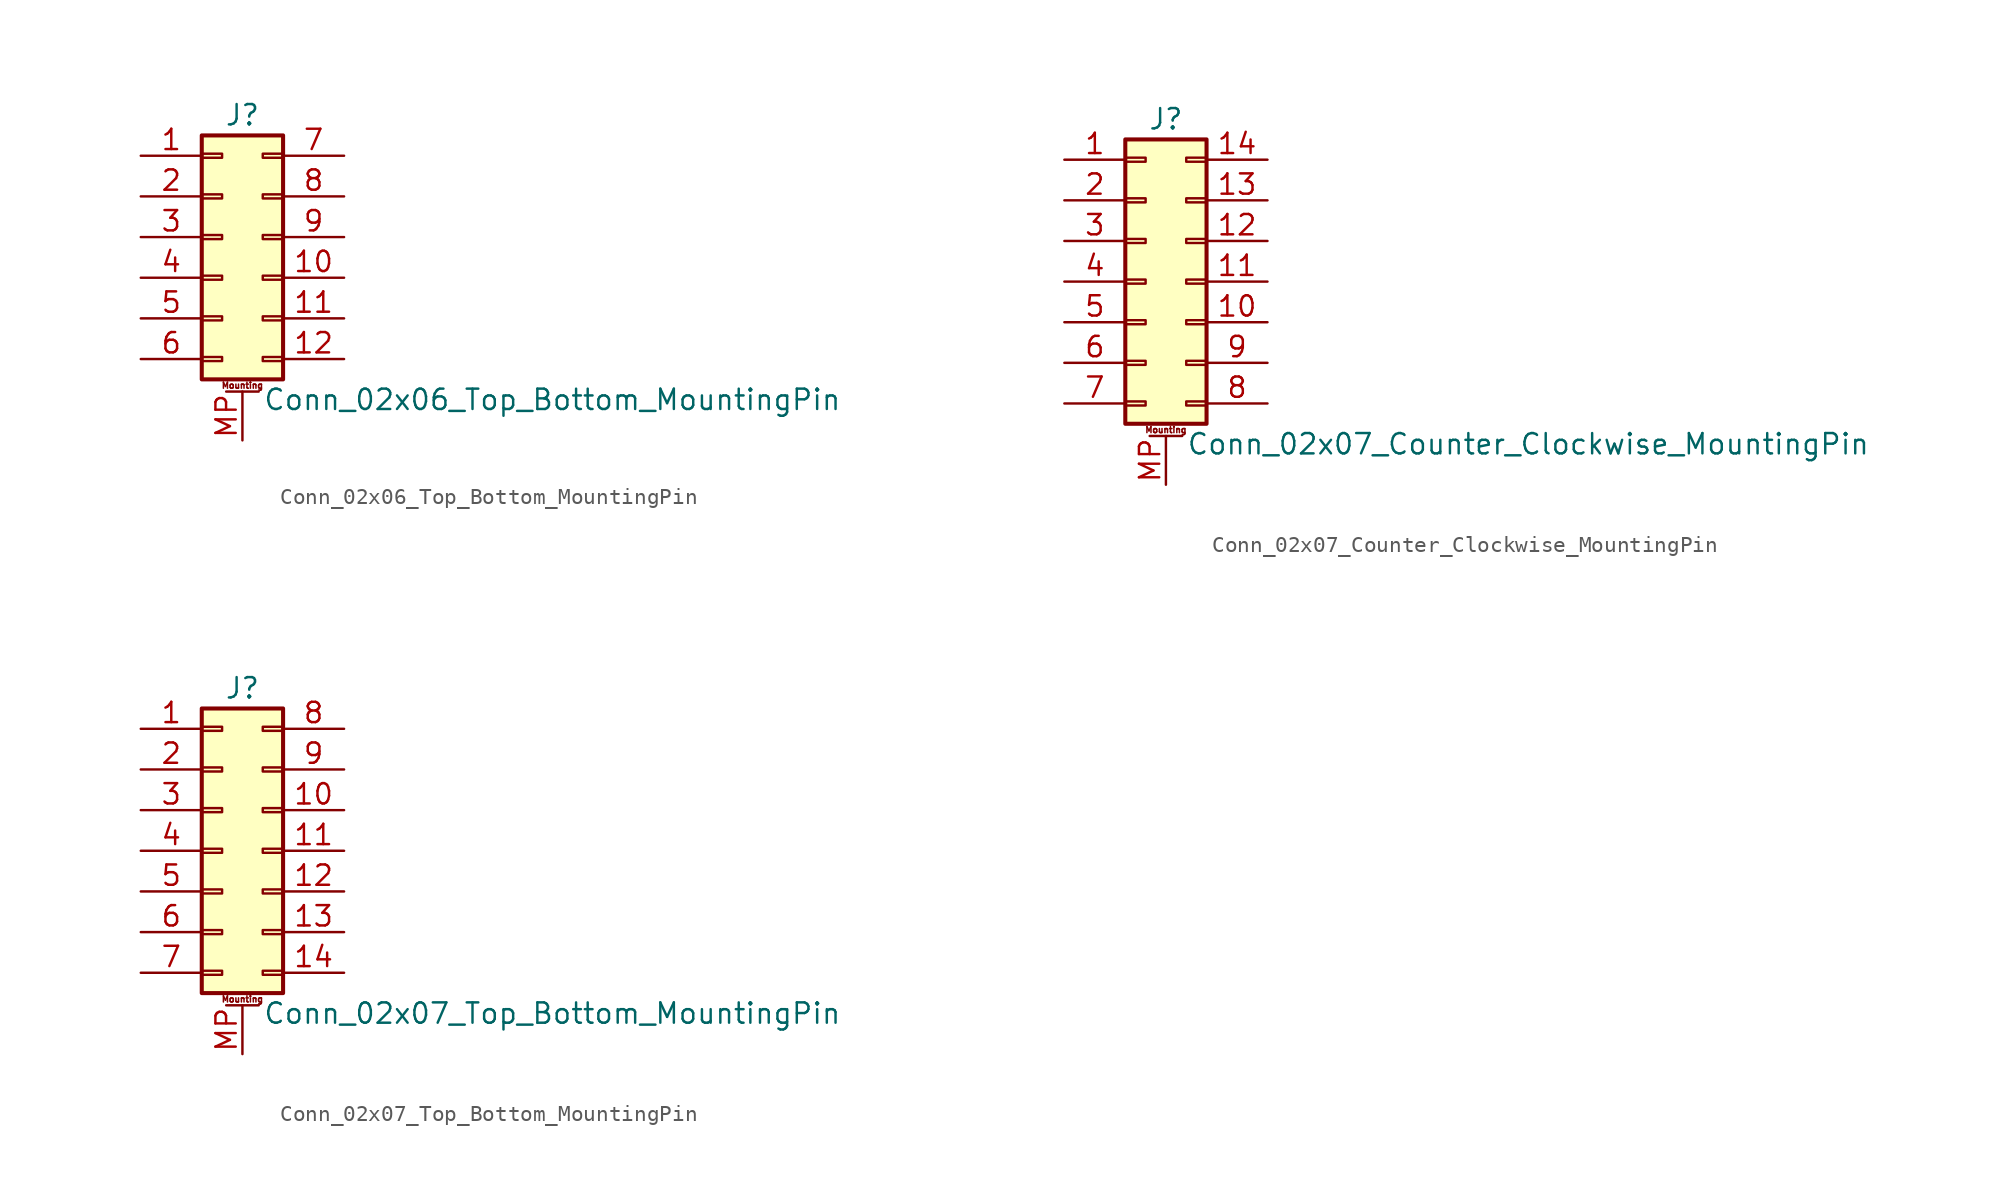
<source format=kicad_sym>
(kicad_symbol_lib
  (version 20220914)
  (generator kicad_symbol_editor)
  (symbol "Conn_02x06_Top_Bottom_MountingPin"
    (pin_names
      (offset 1.016) hide)
    (property "Reference" "J"
      (at 1.27 7.62 0)
      (effects (font (size 1.27 1.27))))
    (property "Value" "Conn_02x06_Top_Bottom_MountingPin"
      (at 2.54 -10.16 0)
      (effects (font (size 1.27 1.27)) (justify left)))
    (symbol "Conn_02x06_Top_Bottom_MountingPin_1_1"
      (rectangle (start -1.27 -7.493) (end 0 -7.747) (stroke (width 0.152) (type default)) (fill (type none)))
      (rectangle (start -1.27 -4.953) (end 0 -5.207) (stroke (width 0.152) (type default)) (fill (type none)))
      (rectangle (start -1.27 -2.413) (end 0 -2.667) (stroke (width 0.152) (type default)) (fill (type none)))
      (rectangle (start -1.27 0.127) (end 0 -0.127) (stroke (width 0.152) (type default)) (fill (type none)))
      (rectangle (start -1.27 2.667) (end 0 2.413) (stroke (width 0.152) (type default)) (fill (type none)))
      (rectangle (start -1.27 5.207) (end 0 4.953) (stroke (width 0.152) (type default)) (fill (type none)))
      (rectangle (start -1.27 6.35) (end 3.81 -8.89) (stroke (width 0.254) (type default)) (fill (type background)))
      (polyline (pts (xy 0.254 -9.652) (xy 2.286 -9.652)) (stroke (width 0.152) (type default)) (fill (type none)))
      (rectangle (start 3.81 -7.493) (end 2.54 -7.747) (stroke (width 0.152) (type default)) (fill (type none)))
      (rectangle (start 3.81 -4.953) (end 2.54 -5.207) (stroke (width 0.152) (type default)) (fill (type none)))
      (rectangle (start 3.81 -2.413) (end 2.54 -2.667) (stroke (width 0.152) (type default)) (fill (type none)))
      (rectangle (start 3.81 0.127) (end 2.54 -0.127) (stroke (width 0.152) (type default)) (fill (type none)))
      (rectangle (start 3.81 2.667) (end 2.54 2.413) (stroke (width 0.152) (type default)) (fill (type none)))
      (rectangle (start 3.81 5.207) (end 2.54 4.953) (stroke (width 0.152) (type default)) (fill (type none)))
      (text "Mounting" (at 1.27 -9.271 0) (effects (font (size 0.381 0.381))))
      (pin passive line (at -5.08 5.08 0) (length 3.81) (name "Pin_1" (effects (font (size 1.27 1.27)))) (number "1" (effects (font (size 1.27 1.27)))))
      (pin passive line (at 7.62 -2.54 180) (length 3.81) (name "Pin_10" (effects (font (size 1.27 1.27)))) (number "10" (effects (font (size 1.27 1.27)))))
      (pin passive line (at 7.62 -5.08 180) (length 3.81) (name "Pin_11" (effects (font (size 1.27 1.27)))) (number "11" (effects (font (size 1.27 1.27)))))
      (pin passive line (at 7.62 -7.62 180) (length 3.81) (name "Pin_12" (effects (font (size 1.27 1.27)))) (number "12" (effects (font (size 1.27 1.27)))))
      (pin passive line (at -5.08 2.54 0) (length 3.81) (name "Pin_2" (effects (font (size 1.27 1.27)))) (number "2" (effects (font (size 1.27 1.27)))))
      (pin passive line (at -5.08 0 0) (length 3.81) (name "Pin_3" (effects (font (size 1.27 1.27)))) (number "3" (effects (font (size 1.27 1.27)))))
      (pin passive line (at -5.08 -2.54 0) (length 3.81) (name "Pin_4" (effects (font (size 1.27 1.27)))) (number "4" (effects (font (size 1.27 1.27)))))
      (pin passive line (at -5.08 -5.08 0) (length 3.81) (name "Pin_5" (effects (font (size 1.27 1.27)))) (number "5" (effects (font (size 1.27 1.27)))))
      (pin passive line (at -5.08 -7.62 0) (length 3.81) (name "Pin_6" (effects (font (size 1.27 1.27)))) (number "6" (effects (font (size 1.27 1.27)))))
      (pin passive line (at 7.62 5.08 180) (length 3.81) (name "Pin_7" (effects (font (size 1.27 1.27)))) (number "7" (effects (font (size 1.27 1.27)))))
      (pin passive line (at 7.62 2.54 180) (length 3.81) (name "Pin_8" (effects (font (size 1.27 1.27)))) (number "8" (effects (font (size 1.27 1.27)))))
      (pin passive line (at 7.62 0 180) (length 3.81) (name "Pin_9" (effects (font (size 1.27 1.27)))) (number "9" (effects (font (size 1.27 1.27)))))
      (pin passive line (at 1.27 -12.7 90) (length 3.048) (name "MountPin" (effects (font (size 1.27 1.27)))) (number "MP" (effects (font (size 1.27 1.27)))))))
  (symbol "Conn_02x07_Counter_Clockwise_MountingPin"
    (pin_names
      (offset 1.016) hide)
    (property "Reference" "J"
      (at 1.27 10.16 0)
      (effects (font (size 1.27 1.27))))
    (property "Value" "Conn_02x07_Counter_Clockwise_MountingPin"
      (at 2.54 -10.16 0)
      (effects (font (size 1.27 1.27)) (justify left)))
    (symbol "Conn_02x07_Counter_Clockwise_MountingPin_1_1"
      (rectangle (start -1.27 -7.493) (end 0 -7.747) (stroke (width 0.152) (type default)) (fill (type none)))
      (rectangle (start -1.27 -4.953) (end 0 -5.207) (stroke (width 0.152) (type default)) (fill (type none)))
      (rectangle (start -1.27 -2.413) (end 0 -2.667) (stroke (width 0.152) (type default)) (fill (type none)))
      (rectangle (start -1.27 0.127) (end 0 -0.127) (stroke (width 0.152) (type default)) (fill (type none)))
      (rectangle (start -1.27 2.667) (end 0 2.413) (stroke (width 0.152) (type default)) (fill (type none)))
      (rectangle (start -1.27 5.207) (end 0 4.953) (stroke (width 0.152) (type default)) (fill (type none)))
      (rectangle (start -1.27 7.747) (end 0 7.493) (stroke (width 0.152) (type default)) (fill (type none)))
      (rectangle (start -1.27 8.89) (end 3.81 -8.89) (stroke (width 0.254) (type default)) (fill (type background)))
      (polyline (pts (xy 0.254 -9.652) (xy 2.286 -9.652)) (stroke (width 0.152) (type default)) (fill (type none)))
      (rectangle (start 3.81 -7.493) (end 2.54 -7.747) (stroke (width 0.152) (type default)) (fill (type none)))
      (rectangle (start 3.81 -4.953) (end 2.54 -5.207) (stroke (width 0.152) (type default)) (fill (type none)))
      (rectangle (start 3.81 -2.413) (end 2.54 -2.667) (stroke (width 0.152) (type default)) (fill (type none)))
      (rectangle (start 3.81 0.127) (end 2.54 -0.127) (stroke (width 0.152) (type default)) (fill (type none)))
      (rectangle (start 3.81 2.667) (end 2.54 2.413) (stroke (width 0.152) (type default)) (fill (type none)))
      (rectangle (start 3.81 5.207) (end 2.54 4.953) (stroke (width 0.152) (type default)) (fill (type none)))
      (rectangle (start 3.81 7.747) (end 2.54 7.493) (stroke (width 0.152) (type default)) (fill (type none)))
      (text "Mounting" (at 1.27 -9.271 0) (effects (font (size 0.381 0.381))))
      (pin passive line (at -5.08 7.62 0) (length 3.81) (name "Pin_1" (effects (font (size 1.27 1.27)))) (number "1" (effects (font (size 1.27 1.27)))))
      (pin passive line (at 7.62 -2.54 180) (length 3.81) (name "Pin_10" (effects (font (size 1.27 1.27)))) (number "10" (effects (font (size 1.27 1.27)))))
      (pin passive line (at 7.62 0 180) (length 3.81) (name "Pin_11" (effects (font (size 1.27 1.27)))) (number "11" (effects (font (size 1.27 1.27)))))
      (pin passive line (at 7.62 2.54 180) (length 3.81) (name "Pin_12" (effects (font (size 1.27 1.27)))) (number "12" (effects (font (size 1.27 1.27)))))
      (pin passive line (at 7.62 5.08 180) (length 3.81) (name "Pin_13" (effects (font (size 1.27 1.27)))) (number "13" (effects (font (size 1.27 1.27)))))
      (pin passive line (at 7.62 7.62 180) (length 3.81) (name "Pin_14" (effects (font (size 1.27 1.27)))) (number "14" (effects (font (size 1.27 1.27)))))
      (pin passive line (at -5.08 5.08 0) (length 3.81) (name "Pin_2" (effects (font (size 1.27 1.27)))) (number "2" (effects (font (size 1.27 1.27)))))
      (pin passive line (at -5.08 2.54 0) (length 3.81) (name "Pin_3" (effects (font (size 1.27 1.27)))) (number "3" (effects (font (size 1.27 1.27)))))
      (pin passive line (at -5.08 0 0) (length 3.81) (name "Pin_4" (effects (font (size 1.27 1.27)))) (number "4" (effects (font (size 1.27 1.27)))))
      (pin passive line (at -5.08 -2.54 0) (length 3.81) (name "Pin_5" (effects (font (size 1.27 1.27)))) (number "5" (effects (font (size 1.27 1.27)))))
      (pin passive line (at -5.08 -5.08 0) (length 3.81) (name "Pin_6" (effects (font (size 1.27 1.27)))) (number "6" (effects (font (size 1.27 1.27)))))
      (pin passive line (at -5.08 -7.62 0) (length 3.81) (name "Pin_7" (effects (font (size 1.27 1.27)))) (number "7" (effects (font (size 1.27 1.27)))))
      (pin passive line (at 7.62 -7.62 180) (length 3.81) (name "Pin_8" (effects (font (size 1.27 1.27)))) (number "8" (effects (font (size 1.27 1.27)))))
      (pin passive line (at 7.62 -5.08 180) (length 3.81) (name "Pin_9" (effects (font (size 1.27 1.27)))) (number "9" (effects (font (size 1.27 1.27)))))
      (pin passive line (at 1.27 -12.7 90) (length 3.048) (name "MountPin" (effects (font (size 1.27 1.27)))) (number "MP" (effects (font (size 1.27 1.27)))))))
  (symbol "Conn_02x07_Top_Bottom_MountingPin"
    (pin_names
      (offset 1.016) hide)
    (property "Reference" "J"
      (at 1.27 10.16 0)
      (effects (font (size 1.27 1.27))))
    (property "Value" "Conn_02x07_Top_Bottom_MountingPin"
      (at 2.54 -10.16 0)
      (effects (font (size 1.27 1.27)) (justify left)))
    (symbol "Conn_02x07_Top_Bottom_MountingPin_1_1"
      (rectangle (start -1.27 -7.493) (end 0 -7.747) (stroke (width 0.152) (type default)) (fill (type none)))
      (rectangle (start -1.27 -4.953) (end 0 -5.207) (stroke (width 0.152) (type default)) (fill (type none)))
      (rectangle (start -1.27 -2.413) (end 0 -2.667) (stroke (width 0.152) (type default)) (fill (type none)))
      (rectangle (start -1.27 0.127) (end 0 -0.127) (stroke (width 0.152) (type default)) (fill (type none)))
      (rectangle (start -1.27 2.667) (end 0 2.413) (stroke (width 0.152) (type default)) (fill (type none)))
      (rectangle (start -1.27 5.207) (end 0 4.953) (stroke (width 0.152) (type default)) (fill (type none)))
      (rectangle (start -1.27 7.747) (end 0 7.493) (stroke (width 0.152) (type default)) (fill (type none)))
      (rectangle (start -1.27 8.89) (end 3.81 -8.89) (stroke (width 0.254) (type default)) (fill (type background)))
      (polyline (pts (xy 0.254 -9.652) (xy 2.286 -9.652)) (stroke (width 0.152) (type default)) (fill (type none)))
      (rectangle (start 3.81 -7.493) (end 2.54 -7.747) (stroke (width 0.152) (type default)) (fill (type none)))
      (rectangle (start 3.81 -4.953) (end 2.54 -5.207) (stroke (width 0.152) (type default)) (fill (type none)))
      (rectangle (start 3.81 -2.413) (end 2.54 -2.667) (stroke (width 0.152) (type default)) (fill (type none)))
      (rectangle (start 3.81 0.127) (end 2.54 -0.127) (stroke (width 0.152) (type default)) (fill (type none)))
      (rectangle (start 3.81 2.667) (end 2.54 2.413) (stroke (width 0.152) (type default)) (fill (type none)))
      (rectangle (start 3.81 5.207) (end 2.54 4.953) (stroke (width 0.152) (type default)) (fill (type none)))
      (rectangle (start 3.81 7.747) (end 2.54 7.493) (stroke (width 0.152) (type default)) (fill (type none)))
      (text "Mounting" (at 1.27 -9.271 0) (effects (font (size 0.381 0.381))))
      (pin passive line (at -5.08 7.62 0) (length 3.81) (name "Pin_1" (effects (font (size 1.27 1.27)))) (number "1" (effects (font (size 1.27 1.27)))))
      (pin passive line (at 7.62 2.54 180) (length 3.81) (name "Pin_10" (effects (font (size 1.27 1.27)))) (number "10" (effects (font (size 1.27 1.27)))))
      (pin passive line (at 7.62 0 180) (length 3.81) (name "Pin_11" (effects (font (size 1.27 1.27)))) (number "11" (effects (font (size 1.27 1.27)))))
      (pin passive line (at 7.62 -2.54 180) (length 3.81) (name "Pin_12" (effects (font (size 1.27 1.27)))) (number "12" (effects (font (size 1.27 1.27)))))
      (pin passive line (at 7.62 -5.08 180) (length 3.81) (name "Pin_13" (effects (font (size 1.27 1.27)))) (number "13" (effects (font (size 1.27 1.27)))))
      (pin passive line (at 7.62 -7.62 180) (length 3.81) (name "Pin_14" (effects (font (size 1.27 1.27)))) (number "14" (effects (font (size 1.27 1.27)))))
      (pin passive line (at -5.08 5.08 0) (length 3.81) (name "Pin_2" (effects (font (size 1.27 1.27)))) (number "2" (effects (font (size 1.27 1.27)))))
      (pin passive line (at -5.08 2.54 0) (length 3.81) (name "Pin_3" (effects (font (size 1.27 1.27)))) (number "3" (effects (font (size 1.27 1.27)))))
      (pin passive line (at -5.08 0 0) (length 3.81) (name "Pin_4" (effects (font (size 1.27 1.27)))) (number "4" (effects (font (size 1.27 1.27)))))
      (pin passive line (at -5.08 -2.54 0) (length 3.81) (name "Pin_5" (effects (font (size 1.27 1.27)))) (number "5" (effects (font (size 1.27 1.27)))))
      (pin passive line (at -5.08 -5.08 0) (length 3.81) (name "Pin_6" (effects (font (size 1.27 1.27)))) (number "6" (effects (font (size 1.27 1.27)))))
      (pin passive line (at -5.08 -7.62 0) (length 3.81) (name "Pin_7" (effects (font (size 1.27 1.27)))) (number "7" (effects (font (size 1.27 1.27)))))
      (pin passive line (at 7.62 7.62 180) (length 3.81) (name "Pin_8" (effects (font (size 1.27 1.27)))) (number "8" (effects (font (size 1.27 1.27)))))
      (pin passive line (at 7.62 5.08 180) (length 3.81) (name "Pin_9" (effects (font (size 1.27 1.27)))) (number "9" (effects (font (size 1.27 1.27)))))
      (pin passive line (at 1.27 -12.7 90) (length 3.048) (name "MountPin" (effects (font (size 1.27 1.27)))) (number "MP" (effects (font (size 1.27 1.27))))))))
</source>
